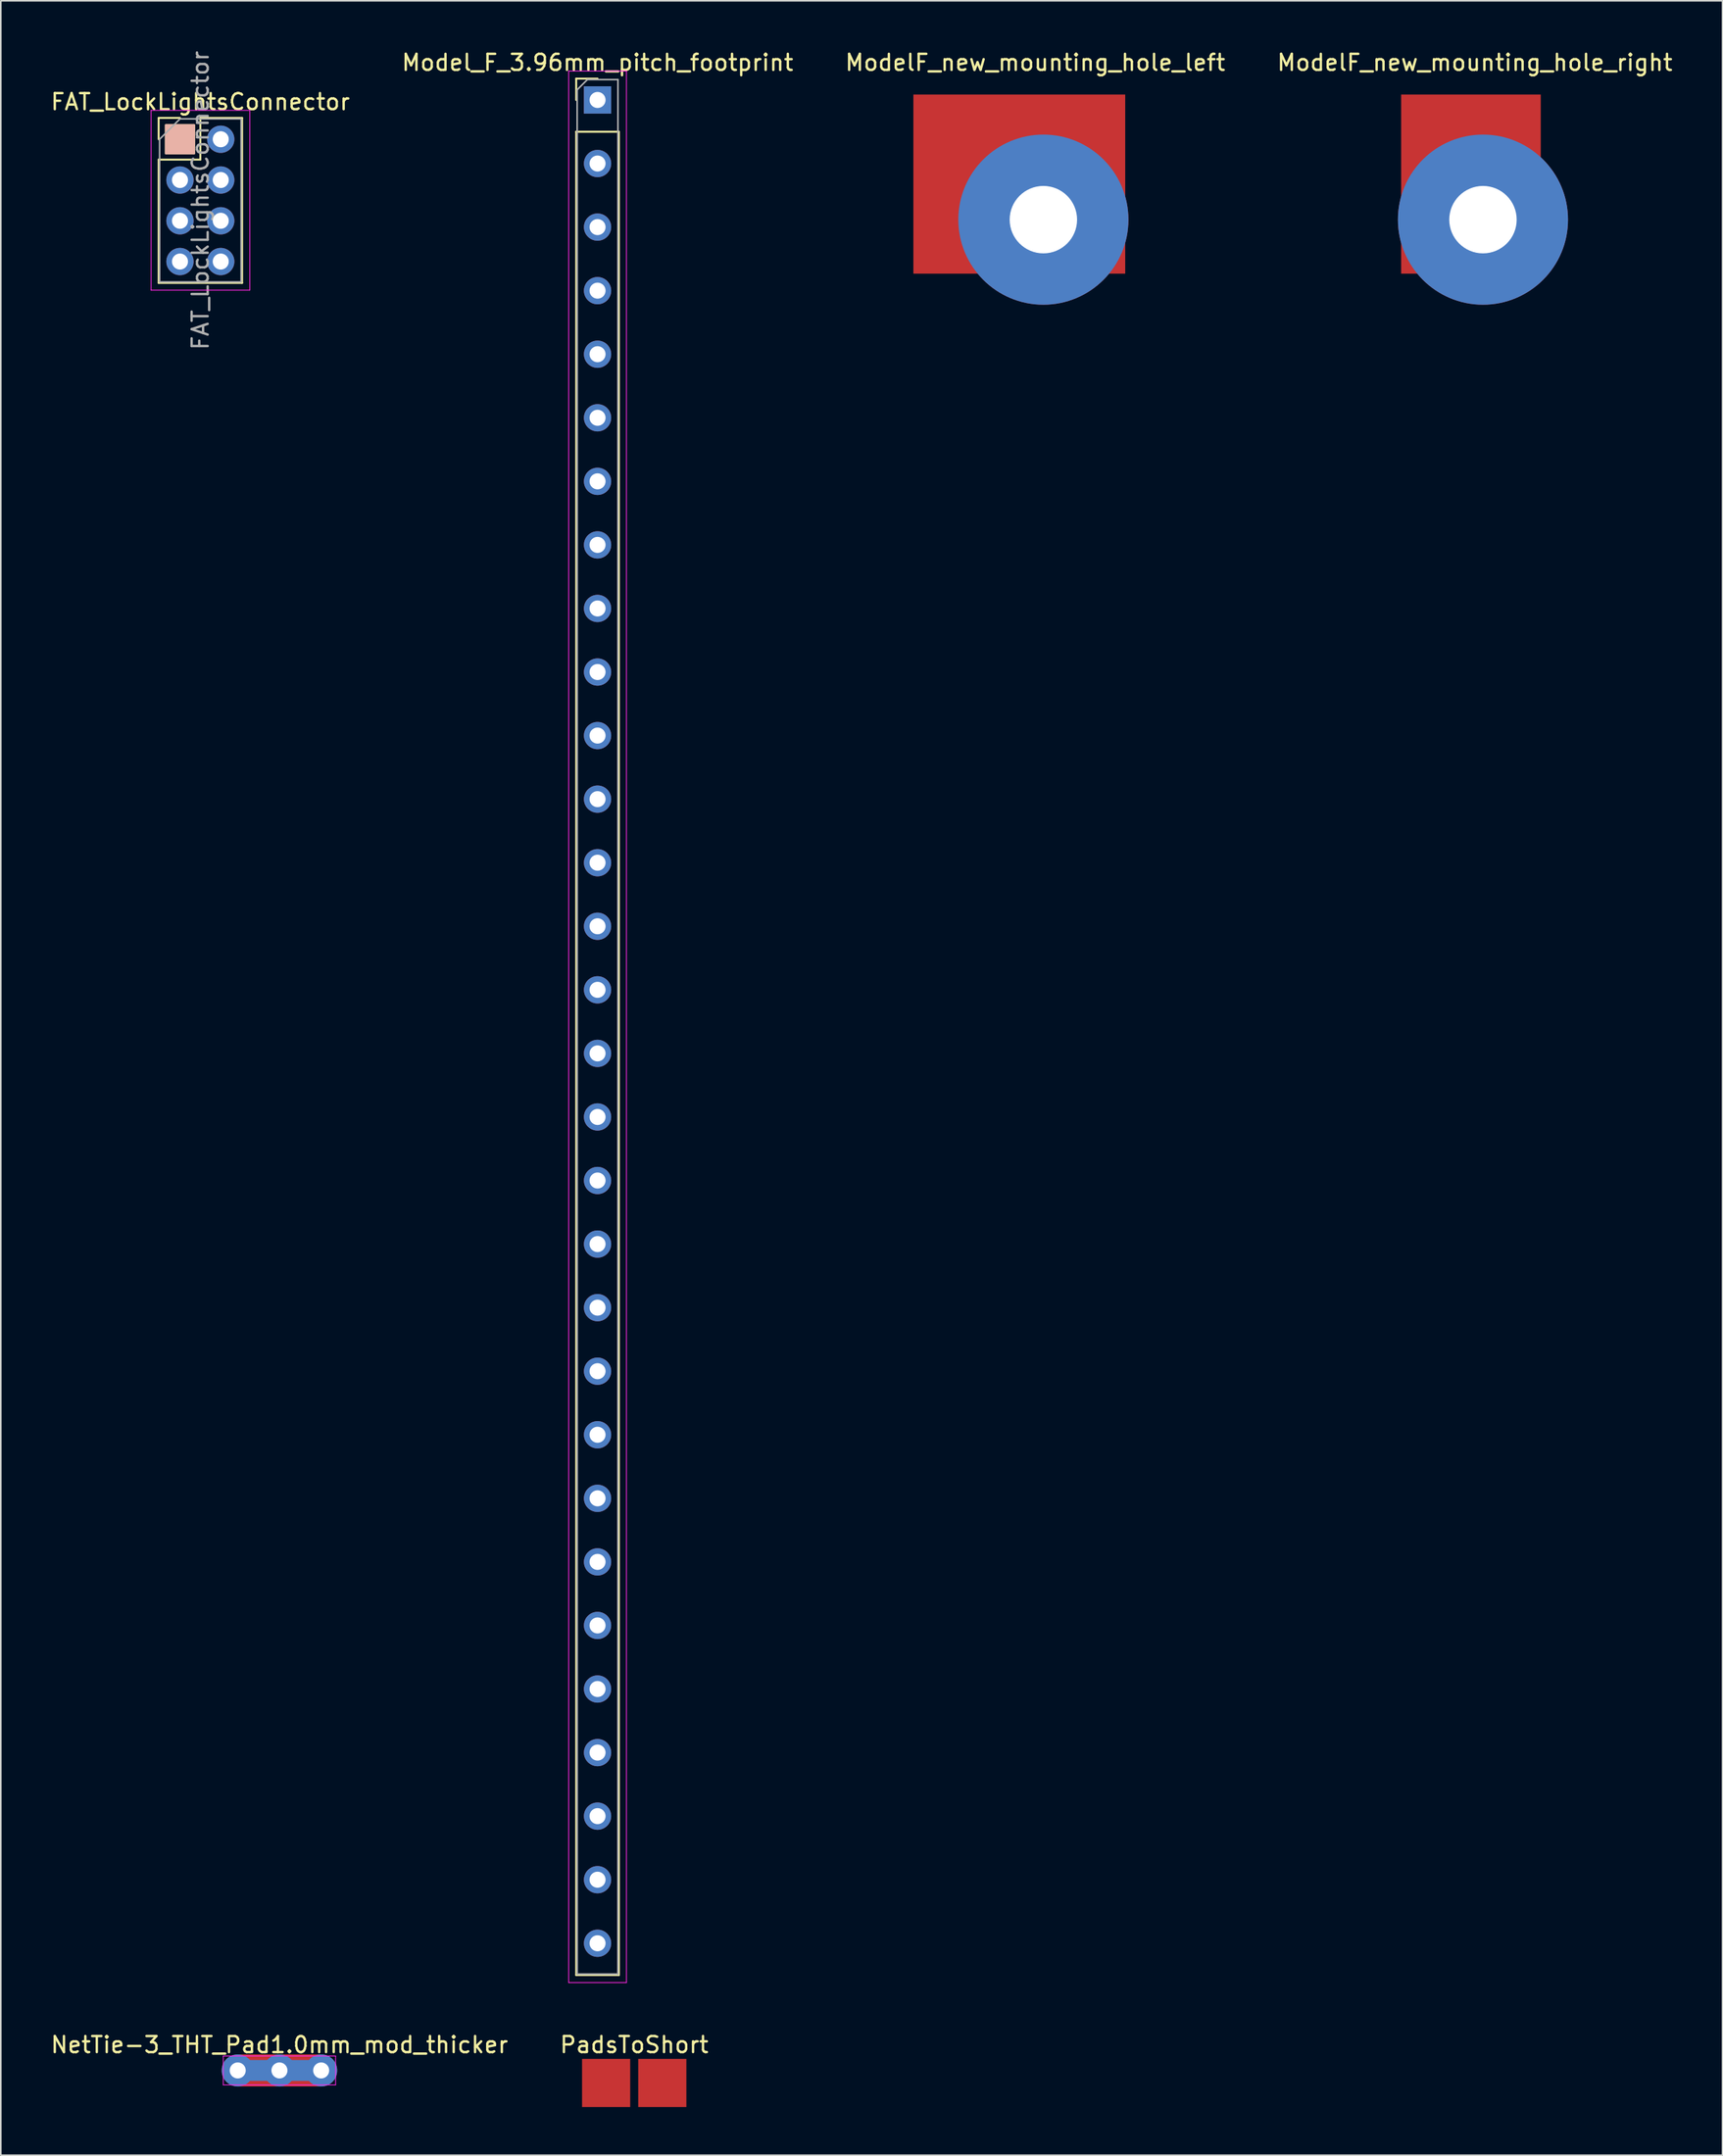
<source format=kicad_pcb>
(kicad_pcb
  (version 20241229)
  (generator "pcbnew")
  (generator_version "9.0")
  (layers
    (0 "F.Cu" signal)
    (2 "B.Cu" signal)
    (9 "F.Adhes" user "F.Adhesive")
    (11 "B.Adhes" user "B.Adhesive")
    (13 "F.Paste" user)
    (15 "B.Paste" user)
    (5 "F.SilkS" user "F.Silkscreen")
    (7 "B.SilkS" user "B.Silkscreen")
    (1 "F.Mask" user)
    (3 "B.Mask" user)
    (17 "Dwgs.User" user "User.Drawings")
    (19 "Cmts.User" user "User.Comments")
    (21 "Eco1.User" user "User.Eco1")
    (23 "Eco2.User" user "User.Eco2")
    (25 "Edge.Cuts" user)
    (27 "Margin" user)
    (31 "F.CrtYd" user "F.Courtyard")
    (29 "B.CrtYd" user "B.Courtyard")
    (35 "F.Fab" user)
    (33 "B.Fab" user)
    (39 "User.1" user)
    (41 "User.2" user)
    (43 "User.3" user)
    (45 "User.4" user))
  (footprint "Model_F_3.96mm_pitch_footprint"
    (layer "F.Cu")
    (at 34.185 3.178)
    (property "Reference" "Model_F_3.96mm_pitch_footprint" (at 0 -2.33 0) (layer "F.SilkS") (effects (font (size 1 1) (thickness 0.15))))
    (attr through_hole)
    (fp_line (start -1.33 -1.33) (end 0 -1.33) (stroke (width 0.12) (type solid)) (layer "F.SilkS"))
    (fp_line (start -1.33 0) (end -1.33 -1.33) (stroke (width 0.12) (type solid)) (layer "F.SilkS"))
    (fp_line (start -1.33 1.98) (end -1.33 116.82) (stroke (width 0.12) (type solid)) (layer "F.SilkS"))
    (fp_line (start -1.33 1.98) (end 1.33 1.98) (stroke (width 0.12) (type solid)) (layer "F.SilkS"))
    (fp_line (start -1.33 116.82) (end 1.33 116.82) (stroke (width 0.12) (type solid)) (layer "F.SilkS"))
    (fp_line (start 1.33 1.98) (end 1.33 116.82) (stroke (width 0.12) (type solid)) (layer "F.SilkS"))
    (fp_line (start -1.8 -1.8) (end -1.8 117.29) (stroke (width 0.05) (type solid)) (layer "F.CrtYd"))
    (fp_line (start -1.8 117.29) (end 1.8 117.29) (stroke (width 0.05) (type solid)) (layer "F.CrtYd"))
    (fp_line (start 1.8 -1.8) (end -1.8 -1.8) (stroke (width 0.05) (type solid)) (layer "F.CrtYd"))
    (fp_line (start 1.8 117.29) (end 1.8 -1.8) (stroke (width 0.05) (type solid)) (layer "F.CrtYd"))
    (fp_line (start -1.27 -0.635) (end -0.635 -1.27) (stroke (width 0.1) (type solid)) (layer "F.Fab"))
    (fp_line (start -1.27 116.76) (end -1.27 -0.635) (stroke (width 0.1) (type solid)) (layer "F.Fab"))
    (fp_line (start -0.635 -1.27) (end 1.27 -1.27) (stroke (width 0.1) (type solid)) (layer "F.Fab"))
    (fp_line (start 1.27 -1.27) (end 1.27 116.76) (stroke (width 0.1) (type solid)) (layer "F.Fab"))
    (fp_line (start 1.27 116.76) (end -1.27 116.76) (stroke (width 0.1) (type solid)) (layer "F.Fab"))
    (pad "1" thru_hole rect (at 0 0) (size 1.7 1.7) (drill 1) (layers "*.Cu" "*.Mask"))
    (pad "2" thru_hole oval (at 0 3.96) (size 1.7 1.7) (drill 1) (layers "*.Cu" "*.Mask"))
    (pad "3" thru_hole oval (at 0 7.92) (size 1.7 1.7) (drill 1) (layers "*.Cu" "*.Mask"))
    (pad "4" thru_hole oval (at 0 11.88) (size 1.7 1.7) (drill 1) (layers "*.Cu" "*.Mask"))
    (pad "5" thru_hole oval (at 0 15.84) (size 1.7 1.7) (drill 1) (layers "*.Cu" "*.Mask"))
    (pad "6" thru_hole oval (at 0 19.8) (size 1.7 1.7) (drill 1) (layers "*.Cu" "*.Mask"))
    (pad "7" thru_hole oval (at 0 23.76) (size 1.7 1.7) (drill 1) (layers "*.Cu" "*.Mask"))
    (pad "8" thru_hole oval (at 0 27.72) (size 1.7 1.7) (drill 1) (layers "*.Cu" "*.Mask"))
    (pad "9" thru_hole oval (at 0 31.68) (size 1.7 1.7) (drill 1) (layers "*.Cu" "*.Mask"))
    (pad "10" thru_hole oval (at 0 35.64) (size 1.7 1.7) (drill 1) (layers "*.Cu" "*.Mask"))
    (pad "11" thru_hole oval (at 0 39.6) (size 1.7 1.7) (drill 1) (layers "*.Cu" "*.Mask"))
    (pad "12" thru_hole oval (at 0 43.56) (size 1.7 1.7) (drill 1) (layers "*.Cu" "*.Mask"))
    (pad "13" thru_hole oval (at 0 47.52) (size 1.7 1.7) (drill 1) (layers "*.Cu" "*.Mask"))
    (pad "14" thru_hole oval (at 0 51.48) (size 1.7 1.7) (drill 1) (layers "*.Cu" "*.Mask"))
    (pad "15" thru_hole oval (at 0 55.44) (size 1.7 1.7) (drill 1) (layers "*.Cu" "*.Mask"))
    (pad "16" thru_hole oval (at 0 59.4) (size 1.7 1.7) (drill 1) (layers "*.Cu" "*.Mask"))
    (pad "17" thru_hole oval (at 0 63.36) (size 1.7 1.7) (drill 1) (layers "*.Cu" "*.Mask"))
    (pad "18" thru_hole oval (at 0 67.32) (size 1.7 1.7) (drill 1) (layers "*.Cu" "*.Mask"))
    (pad "19" thru_hole oval (at 0 71.28) (size 1.7 1.7) (drill 1) (layers "*.Cu" "*.Mask"))
    (pad "20" thru_hole oval (at 0 75.24) (size 1.7 1.7) (drill 1) (layers "*.Cu" "*.Mask"))
    (pad "21" thru_hole oval (at 0 79.2) (size 1.7 1.7) (drill 1) (layers "*.Cu" "*.Mask"))
    (pad "22" thru_hole oval (at 0 83.16) (size 1.7 1.7) (drill 1) (layers "*.Cu" "*.Mask"))
    (pad "23" thru_hole oval (at 0 87.12) (size 1.7 1.7) (drill 1) (layers "*.Cu" "*.Mask"))
    (pad "24" thru_hole oval (at 0 91.08) (size 1.7 1.7) (drill 1) (layers "*.Cu" "*.Mask"))
    (pad "25" thru_hole oval (at 0 95.04) (size 1.7 1.7) (drill 1) (layers "*.Cu" "*.Mask"))
    (pad "26" thru_hole oval (at 0 99) (size 1.7 1.7) (drill 1) (layers "*.Cu" "*.Mask"))
    (pad "27" thru_hole oval (at 0 102.96) (size 1.7 1.7) (drill 1) (layers "*.Cu" "*.Mask"))
    (pad "28" thru_hole oval (at 0 106.92) (size 1.7 1.7) (drill 1) (layers "*.Cu" "*.Mask"))
    (pad "29" thru_hole oval (at 0 110.88) (size 1.7 1.7) (drill 1) (layers "*.Cu" "*.Mask"))
    (pad "30" thru_hole oval (at 0 114.84) (size 1.7 1.7) (drill 1) (layers "*.Cu" "*.Mask")))
  (footprint "PadsToShort"
    (layer "F.Cu")
    (at 36.47 123.841)
    (property "Reference" "PadsToShort" (at 0 0.5 0) (layer "F.SilkS") (effects (font (size 1 1) (thickness 0.15))))
    (attr through_hole)
    (pad "1" smd rect (at -1.75 2.88) (size 3 3) (layers "F.Cu" "F.Mask"))
    (pad "2" smd rect (at 1.75 2.88) (size 3 3) (layers "F.Cu" "F.Mask")))
  (footprint "NetTie-3_THT_Pad1.0mm_mod_thicker"
    (layer "F.Cu")
    (at 11.763 125.942)
    (property "Reference" "NetTie-3_THT_Pad1.0mm_mod_thicker" (at 2.6 -1.6 180) (layer "F.SilkS") (effects (font (size 1 1) (thickness 0.15))))
    (attr exclude_from_pos_files exclude_from_bom)
    (fp_poly (pts (xy 0 -1) (xy 5.2 -1) (xy 5.2 1) (xy 0 1)) (stroke (width 0) (type solid)) (fill yes) (layer "F.Cu"))
    (fp_poly (pts (xy 0 -0.65) (xy 5.2 -0.65) (xy 5.2 0.65) (xy 0 0.65)) (stroke (width 0) (type solid)) (fill yes) (layer "B.Cu"))
    (fp_line (start -0.9 -0.9) (end 6.1 -0.9) (stroke (width 0.05) (type solid)) (layer "F.CrtYd"))
    (fp_line (start -0.9 0.9) (end -0.9 -0.9) (stroke (width 0.05) (type solid)) (layer "F.CrtYd"))
    (fp_line (start 6.1 -0.9) (end 6.1 0.9) (stroke (width 0.05) (type solid)) (layer "F.CrtYd"))
    (fp_line (start 6.1 0.9) (end -0.9 0.9) (stroke (width 0.05) (type solid)) (layer "F.CrtYd"))
    (pad "1" thru_hole circle (at 0 0) (size 2 2) (drill 1) (layers "*.Cu"))
    (pad "2" thru_hole circle (at 2.6 0) (size 2 2) (drill 1) (layers "*.Cu"))
    (pad "3" thru_hole circle (at 5.2 0) (size 2 2) (drill 1) (layers "*.Cu")))
  (footprint "ModelF_new_mounting_hole_left"
    (layer "F.Cu")
    (at 61.966 10.635)
    (property "Reference" "ModelF_new_mounting_hole_left" (at -0.508 -9.787 0) (layer "F.SilkS") (effects (font (size 1 1) (thickness 0.15))))
    (attr through_hole)
    (pad "1" smd rect (at -1.5 -2.215) (size 13.2 11.16) (layers "F.Cu" "F.Mask"))
    (pad "1" thru_hole circle (at 0 0) (size 10.6 10.6) (drill 4.2) (layers "*.Cu" "*.Mask")))
  (footprint "ModelF_new_mounting_hole_right"
    (layer "F.Cu")
    (at 89.359 10.635)
    (property "Reference" "ModelF_new_mounting_hole_right" (at -0.508 -9.787 0) (layer "F.SilkS") (effects (font (size 1 1) (thickness 0.15))))
    (attr through_hole)
    (pad "1" smd rect (at -0.75 -2.215) (size 8.7 11.16) (layers "F.Cu" "F.Mask"))
    (pad "1" thru_hole circle (at 0 0) (size 10.6 10.6) (drill 4.2) (layers "*.Cu" "*.Mask")))
  (footprint "FAT_LockLightsConnector"
    (layer "F.Cu")
    (at 8.165 5.625)
    (property "Reference" "FAT_LockLightsConnector" (at 1.27 -2.33 0) (layer "F.SilkS") (effects (font (size 1 1) (thickness 0.15))))
    (attr through_hole)
    (fp_line (start -1.33 -1.33) (end 0 -1.33) (stroke (width 0.12) (type solid)) (layer "F.SilkS"))
    (fp_line (start -1.33 0) (end -1.33 -1.33) (stroke (width 0.12) (type solid)) (layer "F.SilkS"))
    (fp_line (start -1.33 1.27) (end -1.33 8.95) (stroke (width 0.12) (type solid)) (layer "F.SilkS"))
    (fp_line (start -1.33 1.27) (end 1.27 1.27) (stroke (width 0.12) (type solid)) (layer "F.SilkS"))
    (fp_line (start -1.33 8.95) (end 3.87 8.95) (stroke (width 0.12) (type solid)) (layer "F.SilkS"))
    (fp_line (start 1.27 -1.33) (end 3.87 -1.33) (stroke (width 0.12) (type solid)) (layer "F.SilkS"))
    (fp_line (start 1.27 1.27) (end 1.27 -1.33) (stroke (width 0.12) (type solid)) (layer "F.SilkS"))
    (fp_line (start 3.87 -1.33) (end 3.87 8.95) (stroke (width 0.12) (type solid)) (layer "F.SilkS"))
    (fp_poly (pts (xy 0.889 0.889) (xy -0.889 0.889) (xy -0.889 -0.889) (xy 0.889 -0.889)) (stroke (width 0.1) (type solid)) (fill yes) (layer "F.SilkS"))
    (fp_poly (pts (xy 0.889 0.889) (xy -0.889 0.889) (xy -0.889 -0.889) (xy 0.889 -0.889)) (stroke (width 0.1) (type solid)) (fill yes) (layer "B.SilkS"))
    (fp_line (start -1.8 -1.8) (end -1.8 9.4) (stroke (width 0.05) (type solid)) (layer "F.CrtYd"))
    (fp_line (start -1.8 9.4) (end 4.35 9.4) (stroke (width 0.05) (type solid)) (layer "F.CrtYd"))
    (fp_line (start 4.35 -1.8) (end -1.8 -1.8) (stroke (width 0.05) (type solid)) (layer "F.CrtYd"))
    (fp_line (start 4.35 9.4) (end 4.35 -1.8) (stroke (width 0.05) (type solid)) (layer "F.CrtYd"))
    (fp_line (start -1.27 0) (end 0 -1.27) (stroke (width 0.1) (type solid)) (layer "F.Fab"))
    (fp_line (start -1.27 8.89) (end -1.27 0) (stroke (width 0.1) (type solid)) (layer "F.Fab"))
    (fp_line (start 0 -1.27) (end 3.81 -1.27) (stroke (width 0.1) (type solid)) (layer "F.Fab"))
    (fp_line (start 3.81 -1.27) (end 3.81 8.89) (stroke (width 0.1) (type solid)) (layer "F.Fab"))
    (fp_line (start 3.81 8.89) (end -1.27 8.89) (stroke (width 0.1) (type solid)) (layer "F.Fab"))
    (fp_text user "${REFERENCE}" (at 1.27 3.81 90) (layer "F.Fab") (effects (font (size 1 1) (thickness 0.15))))
    (pad "2" thru_hole oval (at 2.54 0) (size 1.7 1.7) (drill 1) (layers "*.Cu" "*.Mask"))
    (pad "3" thru_hole oval (at 0 2.54) (size 1.7 1.7) (drill 1) (layers "*.Cu" "*.Mask"))
    (pad "4" thru_hole oval (at 2.54 2.54) (size 1.7 1.7) (drill 1) (layers "*.Cu" "*.Mask"))
    (pad "5" thru_hole oval (at 0 5.08) (size 1.7 1.7) (drill 1) (layers "*.Cu" "*.Mask"))
    (pad "6" thru_hole oval (at 2.54 5.08) (size 1.7 1.7) (drill 1) (layers "*.Cu" "*.Mask"))
    (pad "7" thru_hole oval (at 0 7.62) (size 1.7 1.7) (drill 1) (layers "*.Cu" "*.Mask"))
    (pad "8" thru_hole oval (at 2.54 7.62) (size 1.7 1.7) (drill 1) (layers "*.Cu" "*.Mask")))
  (gr_rect
    (start -3 -3)
    (end 104.286 131.221)
    (stroke (width 0.1) (type default))
    (fill no)
    (layer "Edge.Cuts")))
</source>
